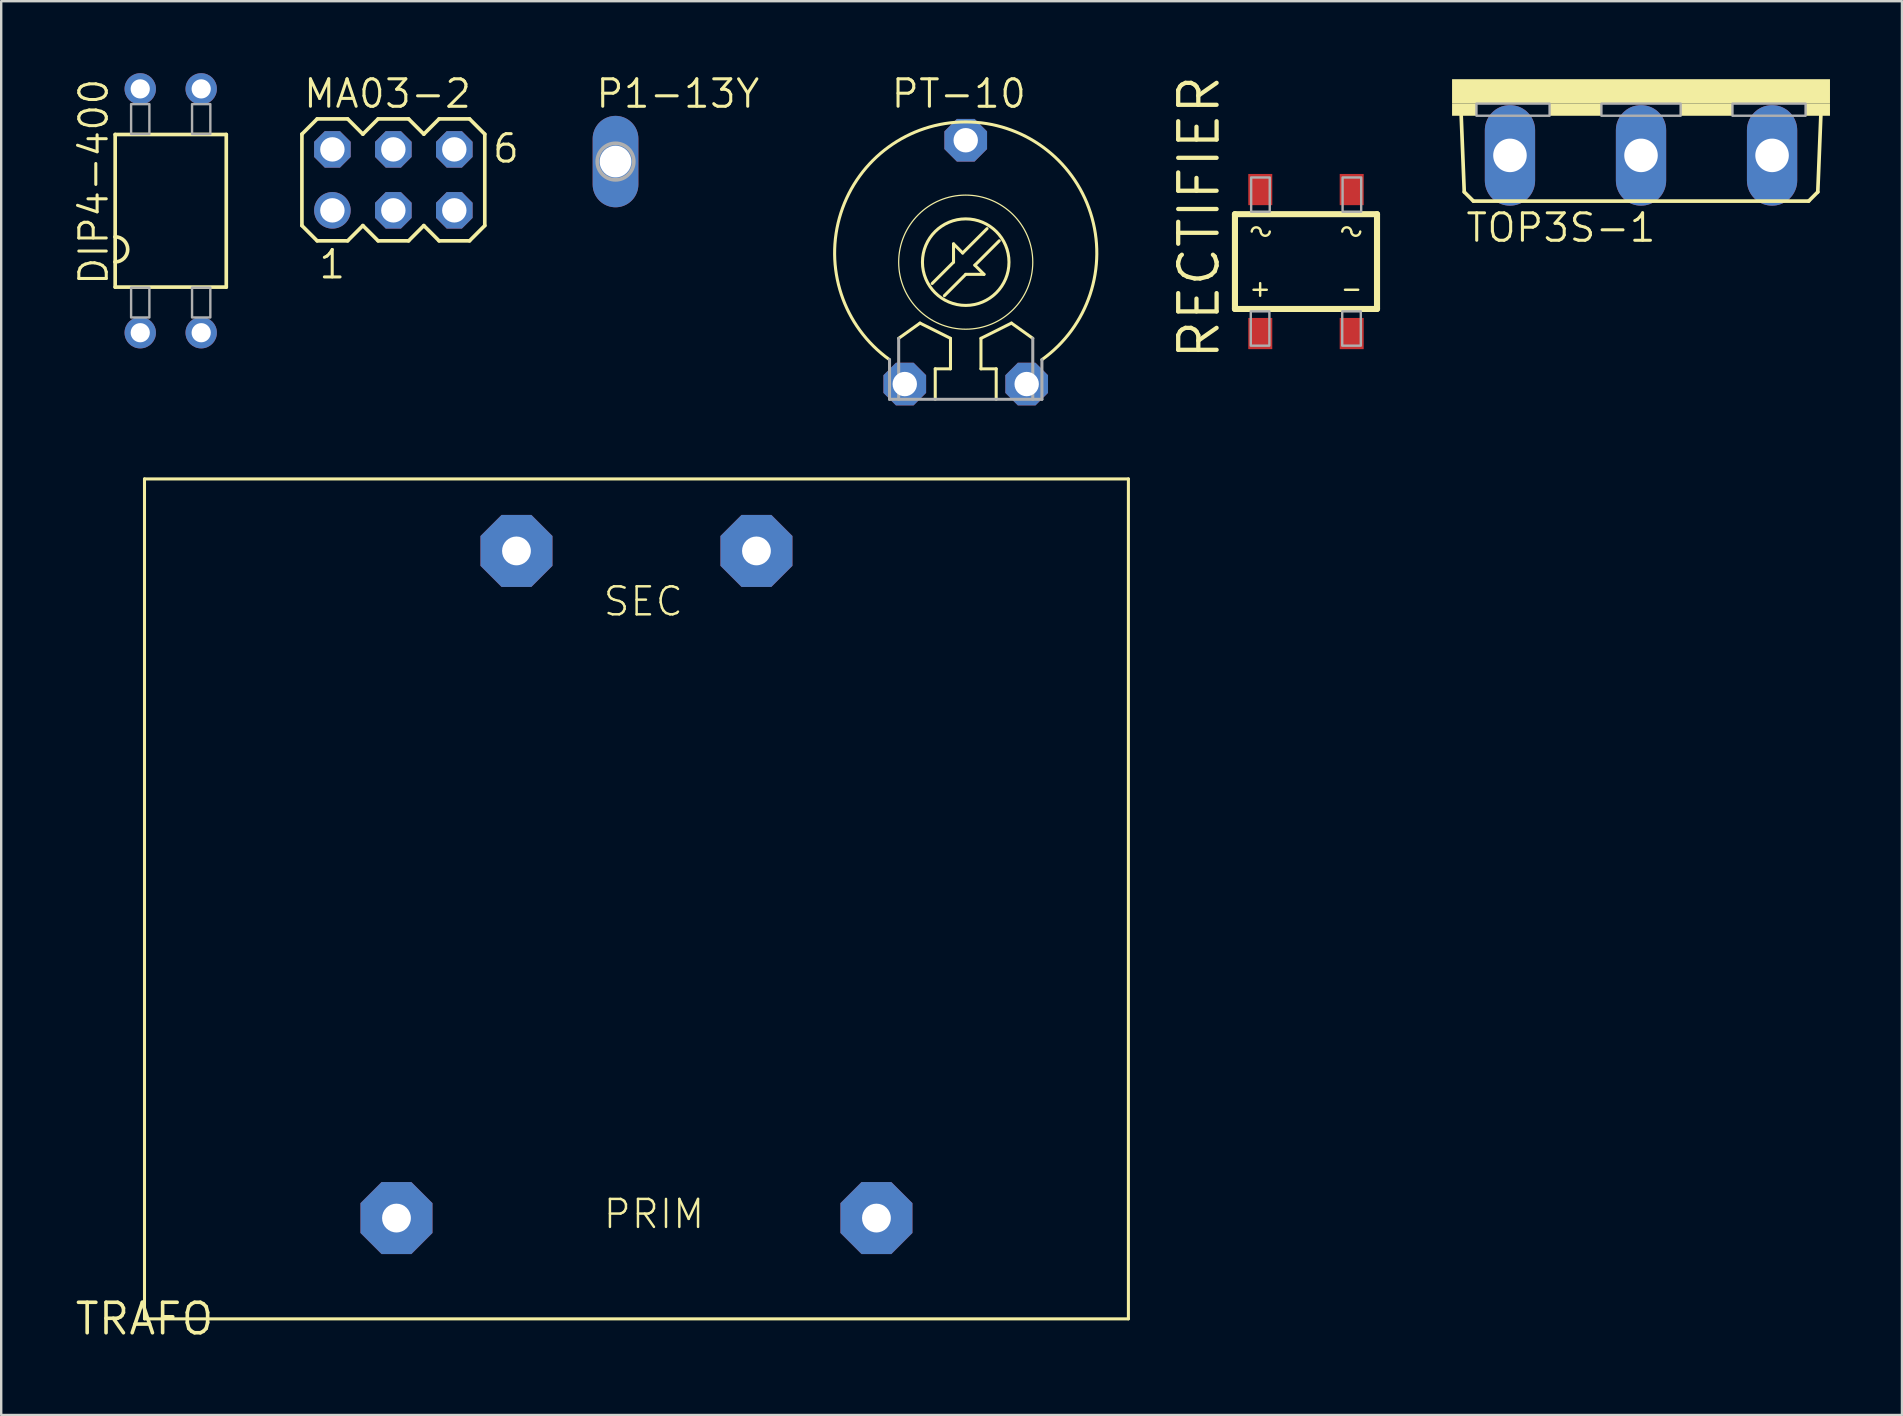
<source format=kicad_pcb>
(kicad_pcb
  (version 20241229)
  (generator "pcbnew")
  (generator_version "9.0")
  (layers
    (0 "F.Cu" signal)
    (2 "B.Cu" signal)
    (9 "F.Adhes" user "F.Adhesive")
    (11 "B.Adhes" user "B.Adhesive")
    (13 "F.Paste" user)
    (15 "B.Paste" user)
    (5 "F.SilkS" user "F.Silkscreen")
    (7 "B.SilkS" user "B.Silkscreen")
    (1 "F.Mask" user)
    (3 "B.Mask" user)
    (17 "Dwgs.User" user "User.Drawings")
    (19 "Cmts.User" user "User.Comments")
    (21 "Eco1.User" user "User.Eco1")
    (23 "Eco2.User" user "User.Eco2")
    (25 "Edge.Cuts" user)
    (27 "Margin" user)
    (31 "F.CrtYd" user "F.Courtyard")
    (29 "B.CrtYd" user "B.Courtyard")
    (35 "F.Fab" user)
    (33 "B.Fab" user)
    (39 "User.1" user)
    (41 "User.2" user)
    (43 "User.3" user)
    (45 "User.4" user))
  (footprint "TOP3S-1"
    (layer "F.Cu")
    (at 65.332 0.25)
    (property "Reference" "TOP3S-1" (at -7.366 6.858 0) (layer "F.SilkS") (effects (font (size 1.143 1.143) (thickness 0.127)) (justify left bottom)))
    (fp_line (start -7.366 4.699) (end -7.493 1.524) (stroke (width 0.152) (type solid)) (layer "F.SilkS"))
    (fp_line (start -6.985 5.08) (end -7.366 4.699) (stroke (width 0.152) (type solid)) (layer "F.SilkS"))
    (fp_line (start -6.985 5.08) (end 6.985 5.08) (stroke (width 0.152) (type solid)) (layer "F.SilkS"))
    (fp_line (start 6.985 5.08) (end 7.366 4.699) (stroke (width 0.152) (type solid)) (layer "F.SilkS"))
    (fp_line (start 7.366 4.699) (end 7.493 1.524) (stroke (width 0.152) (type solid)) (layer "F.SilkS"))
    (fp_poly (pts (xy -7.874 1.016) (xy 7.874 1.016) (xy 7.874 0) (xy -7.874 0)) (stroke (width 0) (type default)) (fill yes) (layer "F.SilkS"))
    (fp_poly (pts (xy -7.874 1.524) (xy -6.858 1.524) (xy -6.858 1.016) (xy -7.874 1.016)) (stroke (width 0) (type default)) (fill yes) (layer "F.SilkS"))
    (fp_poly (pts (xy -3.81 1.524) (xy -1.651 1.524) (xy -1.651 1.016) (xy -3.81 1.016)) (stroke (width 0) (type default)) (fill yes) (layer "F.SilkS"))
    (fp_poly (pts (xy 1.651 1.524) (xy 3.81 1.524) (xy 3.81 1.016) (xy 1.651 1.016)) (stroke (width 0) (type default)) (fill yes) (layer "F.SilkS"))
    (fp_poly (pts (xy 6.858 1.524) (xy 7.874 1.524) (xy 7.874 1.016) (xy 6.858 1.016)) (stroke (width 0) (type default)) (fill yes) (layer "F.SilkS"))
    (fp_poly (pts (xy -6.858 1.524) (xy -3.81 1.524) (xy -3.81 1.016) (xy -6.858 1.016)) (stroke (width 0.1) (type default)) (fill no) (layer "F.Fab"))
    (fp_poly (pts (xy -1.651 1.524) (xy 1.651 1.524) (xy 1.651 1.016) (xy -1.651 1.016)) (stroke (width 0.1) (type default)) (fill no) (layer "F.Fab"))
    (fp_poly (pts (xy 3.81 1.524) (xy 6.858 1.524) (xy 6.858 1.016) (xy 3.81 1.016)) (stroke (width 0.1) (type default)) (fill no) (layer "F.Fab"))
    (pad "A1" thru_hole oval (at -5.461 3.175 90) (size 4.191 2.095) (drill 1.397) (layers "*.Cu" "*.Mask"))
    (pad "A2" thru_hole oval (at 0 3.175 90) (size 4.191 2.095) (drill 1.397) (layers "*.Cu" "*.Mask"))
    (pad "G" thru_hole oval (at 5.461 3.175 90) (size 4.191 2.095) (drill 1.397) (layers "*.Cu" "*.Mask")))
  (footprint "MA03-2"
    (layer "F.Cu")
    (at 13.341 4.445)
    (property "Reference" "MA03-2" (at -3.81 -2.921 0) (layer "F.SilkS") (effects (font (size 1.143 1.143) (thickness 0.127)) (justify left bottom)))
    (fp_line (start -3.81 -1.905) (end -3.81 1.905) (stroke (width 0.152) (type solid)) (layer "F.SilkS"))
    (fp_line (start -3.81 1.905) (end -3.175 2.54) (stroke (width 0.152) (type solid)) (layer "F.SilkS"))
    (fp_line (start -3.175 -2.54) (end -3.81 -1.905) (stroke (width 0.152) (type solid)) (layer "F.SilkS"))
    (fp_line (start -3.175 -2.54) (end -1.905 -2.54) (stroke (width 0.152) (type solid)) (layer "F.SilkS"))
    (fp_line (start -1.905 -2.54) (end -1.27 -1.905) (stroke (width 0.152) (type solid)) (layer "F.SilkS"))
    (fp_line (start -1.905 2.54) (end -3.175 2.54) (stroke (width 0.152) (type solid)) (layer "F.SilkS"))
    (fp_line (start -1.27 -1.905) (end -0.635 -2.54) (stroke (width 0.152) (type solid)) (layer "F.SilkS"))
    (fp_line (start -1.27 1.905) (end -1.905 2.54) (stroke (width 0.152) (type solid)) (layer "F.SilkS"))
    (fp_line (start -0.635 -2.54) (end 0.635 -2.54) (stroke (width 0.152) (type solid)) (layer "F.SilkS"))
    (fp_line (start -0.635 2.54) (end -1.27 1.905) (stroke (width 0.152) (type solid)) (layer "F.SilkS"))
    (fp_line (start 0.635 -2.54) (end 1.27 -1.905) (stroke (width 0.152) (type solid)) (layer "F.SilkS"))
    (fp_line (start 0.635 2.54) (end -0.635 2.54) (stroke (width 0.152) (type solid)) (layer "F.SilkS"))
    (fp_line (start 1.27 -1.905) (end 1.905 -2.54) (stroke (width 0.152) (type solid)) (layer "F.SilkS"))
    (fp_line (start 1.27 1.905) (end 0.635 2.54) (stroke (width 0.152) (type solid)) (layer "F.SilkS"))
    (fp_line (start 1.905 -2.54) (end 3.175 -2.54) (stroke (width 0.152) (type solid)) (layer "F.SilkS"))
    (fp_line (start 1.905 2.54) (end 1.27 1.905) (stroke (width 0.152) (type solid)) (layer "F.SilkS"))
    (fp_line (start 3.175 -2.54) (end 3.81 -1.905) (stroke (width 0.152) (type solid)) (layer "F.SilkS"))
    (fp_line (start 3.175 2.54) (end 1.905 2.54) (stroke (width 0.152) (type solid)) (layer "F.SilkS"))
    (fp_line (start 3.81 -1.905) (end 3.81 1.905) (stroke (width 0.152) (type solid)) (layer "F.SilkS"))
    (fp_line (start 3.81 1.905) (end 3.175 2.54) (stroke (width 0.152) (type solid)) (layer "F.SilkS"))
    (fp_poly (pts (xy -2.794 -1.016) (xy -2.286 -1.016) (xy -2.286 -1.524) (xy -2.794 -1.524)) (stroke (width 0.1) (type default)) (fill no) (layer "F.Fab"))
    (fp_poly (pts (xy -2.794 1.524) (xy -2.286 1.524) (xy -2.286 1.016) (xy -2.794 1.016)) (stroke (width 0.1) (type default)) (fill no) (layer "F.Fab"))
    (fp_poly (pts (xy -0.254 -1.016) (xy 0.254 -1.016) (xy 0.254 -1.524) (xy -0.254 -1.524)) (stroke (width 0.1) (type default)) (fill no) (layer "F.Fab"))
    (fp_poly (pts (xy -0.254 1.524) (xy 0.254 1.524) (xy 0.254 1.016) (xy -0.254 1.016)) (stroke (width 0.1) (type default)) (fill no) (layer "F.Fab"))
    (fp_poly (pts (xy 2.286 -1.016) (xy 2.794 -1.016) (xy 2.794 -1.524) (xy 2.286 -1.524)) (stroke (width 0.1) (type default)) (fill no) (layer "F.Fab"))
    (fp_poly (pts (xy 2.286 1.524) (xy 2.794 1.524) (xy 2.794 1.016) (xy 2.286 1.016)) (stroke (width 0.1) (type default)) (fill no) (layer "F.Fab"))
    (fp_text user "1" (at -3.175 4.191 0) (layer "F.SilkS") (effects (font (size 1.143 1.143) (thickness 0.127)) (justify left bottom)))
    (fp_text user "6" (at 4.064 -0.635 0) (layer "F.SilkS") (effects (font (size 1.143 1.143) (thickness 0.127)) (justify left bottom)))
    (pad "1" thru_hole circle (at -2.54 1.27) (size 1.524 1.524) (drill 1.016) (layers "*.Cu" "*.Mask"))
    (pad "2" thru_hole roundrect (at -2.54 -1.27) (size 1.524 1.524) (drill 1.016) (layers "*.Cu" "*.Mask") (roundrect_rratio 0.25) (chamfer_ratio 0.293) (chamfer top_left top_right bottom_left bottom_right))
    (pad "3" thru_hole roundrect (at 0 1.27) (size 1.524 1.524) (drill 1.016) (layers "*.Cu" "*.Mask") (roundrect_rratio 0.25) (chamfer_ratio 0.293) (chamfer top_left top_right bottom_left bottom_right))
    (pad "4" thru_hole roundrect (at 0 -1.27) (size 1.524 1.524) (drill 1.016) (layers "*.Cu" "*.Mask") (roundrect_rratio 0.25) (chamfer_ratio 0.293) (chamfer top_left top_right bottom_left bottom_right))
    (pad "5" thru_hole roundrect (at 2.54 1.27) (size 1.524 1.524) (drill 1.016) (layers "*.Cu" "*.Mask") (roundrect_rratio 0.25) (chamfer_ratio 0.293) (chamfer top_left top_right bottom_left bottom_right))
    (pad "6" thru_hole roundrect (at 2.54 -1.27) (size 1.524 1.524) (drill 1.016) (layers "*.Cu" "*.Mask") (roundrect_rratio 0.25) (chamfer_ratio 0.293) (chamfer top_left top_right bottom_left bottom_right)))
  (footprint "TRAFO"
    (layer "F.Cu")
    (at 2.971 51.907)
    (property "Reference" "TRAFO" (at 0 0 0) (layer "F.SilkS") (effects (font (size 1.27 1.27) (thickness 0.15))))
    (fp_line (start 0 -35) (end 0 0) (stroke (width 0.127) (type solid)) (layer "F.SilkS"))
    (fp_line (start 0 0) (end 41 0) (stroke (width 0.127) (type solid)) (layer "F.SilkS"))
    (fp_line (start 41 -35) (end 0 -35) (stroke (width 0.127) (type solid)) (layer "F.SilkS"))
    (fp_line (start 41 0) (end 41 -35) (stroke (width 0.127) (type solid)) (layer "F.SilkS"))
    (fp_text user "PRIM" (at 19.05 -3.683 0) (layer "F.SilkS") (effects (font (size 1.168 1.168) (thickness 0.102)) (justify left bottom)))
    (fp_text user "SEC" (at 19.05 -29.21 0) (layer "F.SilkS") (effects (font (size 1.168 1.168) (thickness 0.102)) (justify left bottom)))
    (pad "P$1" thru_hole roundrect (at 10.5 -4.2) (size 3 3) (drill 1.2) (layers "*.Cu" "*.Mask") (roundrect_rratio 0.25) (chamfer_ratio 0.293) (chamfer top_left top_right bottom_left bottom_right))
    (pad "P$2" thru_hole roundrect (at 30.5 -4.2) (size 3 3) (drill 1.2) (layers "*.Cu" "*.Mask") (roundrect_rratio 0.25) (chamfer_ratio 0.293) (chamfer top_left top_right bottom_left bottom_right))
    (pad "P$3" thru_hole roundrect (at 15.5 -32) (size 3 3) (drill 1.2) (layers "*.Cu" "*.Mask") (roundrect_rratio 0.25) (chamfer_ratio 0.293) (chamfer top_left top_right bottom_left bottom_right))
    (pad "P$4" thru_hole roundrect (at 25.5 -32) (size 3 3) (drill 1.2) (layers "*.Cu" "*.Mask") (roundrect_rratio 0.25) (chamfer_ratio 0.293) (chamfer top_left top_right bottom_left bottom_right)))
  (footprint "P1-13Y"
    (layer "F.Cu")
    (at 22.599 3.683)
    (property "Reference" "P1-13Y" (at -0.889 -2.159 0) (layer "F.SilkS") (effects (font (size 1.143 1.143) (thickness 0.127)) (justify left bottom)))
    (fp_circle (center 0 0) (end 0.762 0) (stroke (width 0.152) (type solid)) (fill no) (layer "F.Fab"))
    (fp_poly (pts (xy -0.33 0.33) (xy 0.33 0.33) (xy 0.33 -0.33) (xy -0.33 -0.33)) (stroke (width 0.1) (type default)) (fill no) (layer "F.Fab"))
    (pad "TP" thru_hole oval (at 0 0 90) (size 3.81 1.905) (drill 1.321) (layers "*.Cu" "*.Mask")))
  (footprint "PT-10"
    (layer "F.Cu")
    (at 37.192 7.874)
    (property "Reference" "PT-10" (at -3.175 -6.35 0) (layer "F.SilkS") (effects (font (size 1.143 1.143) (thickness 0.127)) (justify left bottom)))
    (fp_line (start -2.794 3.175) (end -1.905 2.54) (stroke (width 0.127) (type solid)) (layer "F.SilkS"))
    (fp_line (start -1.905 2.54) (end -0.635 3.175) (stroke (width 0.127) (type solid)) (layer "F.SilkS"))
    (fp_line (start -1.27 4.445) (end -1.27 5.715) (stroke (width 0.127) (type solid)) (layer "F.SilkS"))
    (fp_line (start -0.635 3.175) (end -0.635 4.445) (stroke (width 0.127) (type solid)) (layer "F.SilkS"))
    (fp_line (start -0.635 4.445) (end -1.27 4.445) (stroke (width 0.127) (type solid)) (layer "F.SilkS"))
    (fp_line (start -0.508 -0.762) (end -0.508 0) (stroke (width 0.127) (type solid)) (layer "F.SilkS"))
    (fp_line (start -0.508 0) (end -1.397 0.889) (stroke (width 0.127) (type solid)) (layer "F.SilkS"))
    (fp_line (start -0.127 -0.381) (end -0.508 -0.762) (stroke (width 0.127) (type solid)) (layer "F.SilkS"))
    (fp_line (start 0 0.508) (end -0.889 1.397) (stroke (width 0.127) (type solid)) (layer "F.SilkS"))
    (fp_line (start 0.381 0.127) (end 0.762 0.508) (stroke (width 0.127) (type solid)) (layer "F.SilkS"))
    (fp_line (start 0.635 3.175) (end 1.905 2.54) (stroke (width 0.127) (type solid)) (layer "F.SilkS"))
    (fp_line (start 0.635 4.445) (end 0.635 3.175) (stroke (width 0.127) (type solid)) (layer "F.SilkS"))
    (fp_line (start 0.762 0.508) (end 0 0.508) (stroke (width 0.127) (type solid)) (layer "F.SilkS"))
    (fp_line (start 0.889 -1.397) (end -0.127 -0.381) (stroke (width 0.127) (type solid)) (layer "F.SilkS"))
    (fp_line (start 1.27 4.445) (end 0.635 4.445) (stroke (width 0.127) (type solid)) (layer "F.SilkS"))
    (fp_line (start 1.27 5.715) (end 1.27 4.445) (stroke (width 0.127) (type solid)) (layer "F.SilkS"))
    (fp_line (start 1.397 -0.889) (end 0.381 0.127) (stroke (width 0.127) (type solid)) (layer "F.SilkS"))
    (fp_line (start 1.905 2.54) (end 2.794 3.175) (stroke (width 0.127) (type solid)) (layer "F.SilkS"))
    (fp_arc (start -3.175 4.064) (mid 0.000001 -5.843475) (end 3.174999 4.064001) (stroke (width 0.127) (type solid)) (layer "F.SilkS"))
    (fp_circle (center 0 0) (end 1.803 0) (stroke (width 0.127) (type solid)) (fill no) (layer "F.SilkS"))
    (fp_circle (center 0 0) (end 2.794 0) (stroke (width 0.051) (type solid)) (fill no) (layer "F.SilkS"))
    (fp_line (start -3.175 5.715) (end -3.175 4.064) (stroke (width 0.127) (type solid)) (layer "F.Fab"))
    (fp_line (start -3.175 5.715) (end 3.175 5.715) (stroke (width 0.127) (type solid)) (layer "F.Fab"))
    (fp_line (start -2.794 5.715) (end -2.794 3.175) (stroke (width 0.127) (type solid)) (layer "F.Fab"))
    (fp_line (start 2.794 3.175) (end 2.794 5.715) (stroke (width 0.127) (type solid)) (layer "F.Fab"))
    (fp_line (start 3.175 4.064) (end 3.175 5.715) (stroke (width 0.127) (type solid)) (layer "F.Fab"))
    (pad "1" thru_hole roundrect (at -2.54 5.08) (size 1.778 1.778) (drill 1.016) (layers "*.Cu" "*.Mask") (roundrect_rratio 0.25) (chamfer_ratio 0.293) (chamfer top_left top_right bottom_left bottom_right))
    (pad "2" thru_hole roundrect (at 2.54 5.08) (size 1.778 1.778) (drill 1.016) (layers "*.Cu" "*.Mask") (roundrect_rratio 0.25) (chamfer_ratio 0.293) (chamfer top_left top_right bottom_left bottom_right))
    (pad "3" thru_hole roundrect (at 0 -5.08) (size 1.778 1.778) (drill 1.016) (layers "*.Cu" "*.Mask") (roundrect_rratio 0.25) (chamfer_ratio 0.293) (chamfer top_left top_right bottom_left bottom_right)))
  (footprint "DIP4-400"
    (layer "F.Cu")
    (at 4.064 5.734)
    (property "Reference" "DIP4-400" (at -2.54 3.175 90) (layer "F.SilkS") (effects (font (size 1.143 1.143) (thickness 0.127)) (justify left bottom)))
    (fp_line (start -2.315 -3.18) (end 2.315 -3.18) (stroke (width 0.152) (type solid)) (layer "F.SilkS"))
    (fp_line (start -2.315 1.085) (end -2.315 -3.18) (stroke (width 0.152) (type solid)) (layer "F.SilkS"))
    (fp_line (start -2.315 2.13) (end -2.315 1.085) (stroke (width 0.152) (type solid)) (layer "F.SilkS"))
    (fp_line (start -2.315 3.18) (end -2.315 2.13) (stroke (width 0.152) (type solid)) (layer "F.SilkS"))
    (fp_line (start 2.315 -3.18) (end 2.315 3.18) (stroke (width 0.152) (type solid)) (layer "F.SilkS"))
    (fp_line (start 2.315 3.18) (end -2.315 3.18) (stroke (width 0.152) (type solid)) (layer "F.SilkS"))
    (fp_arc (start -2.315 1.085) (mid -1.7925 1.6075) (end -2.315 2.13) (stroke (width 0.1524) (type solid)) (layer "F.SilkS"))
    (fp_poly (pts (xy -1.651 4.445) (xy -0.889 4.445) (xy -0.889 3.2) (xy -1.651 3.2)) (stroke (width 0.1) (type default)) (fill no) (layer "F.Fab"))
    (fp_poly (pts (xy -0.889 -4.445) (xy -1.651 -4.445) (xy -1.651 -3.2) (xy -0.889 -3.2)) (stroke (width 0.1) (type default)) (fill no) (layer "F.Fab"))
    (fp_poly (pts (xy 0.889 4.445) (xy 1.651 4.445) (xy 1.651 3.2) (xy 0.889 3.2)) (stroke (width 0.1) (type default)) (fill no) (layer "F.Fab"))
    (fp_poly (pts (xy 1.651 -4.445) (xy 0.889 -4.445) (xy 0.889 -3.2) (xy 1.651 -3.2)) (stroke (width 0.1) (type default)) (fill no) (layer "F.Fab"))
    (pad "1" thru_hole circle (at -1.27 5.08) (size 1.308 1.308) (drill 0.8) (layers "*.Cu" "*.Mask"))
    (pad "2" thru_hole circle (at 1.27 5.08) (size 1.308 1.308) (drill 0.8) (layers "*.Cu" "*.Mask"))
    (pad "3" thru_hole circle (at 1.27 -5.08) (size 1.308 1.308) (drill 0.8) (layers "*.Cu" "*.Mask"))
    (pad "4" thru_hole circle (at -1.27 -5.08) (size 1.308 1.308) (drill 0.8) (layers "*.Cu" "*.Mask")))
  (footprint "RECTIFIER"
    (layer "F.Cu")
    (at 51.371 7.849)
    (property "Reference" "RECTIFIER" (at -3.52 4.175 90) (layer "F.SilkS") (effects (font (size 1.6 1.6) (thickness 0.178)) (justify left bottom)))
    (fp_line (start -2.96 -1.975) (end 2.96 -1.975) (stroke (width 0.254) (type solid)) (layer "F.SilkS"))
    (fp_line (start -2.96 1.975) (end -2.96 -1.975) (stroke (width 0.254) (type solid)) (layer "F.SilkS"))
    (fp_line (start -2.185 1.175) (end -1.635 1.175) (stroke (width 0.102) (type solid)) (layer "F.SilkS"))
    (fp_line (start -1.91 1.425) (end -1.91 0.9) (stroke (width 0.102) (type solid)) (layer "F.SilkS"))
    (fp_line (start 1.625 1.175) (end 2.175 1.175) (stroke (width 0.102) (type solid)) (layer "F.SilkS"))
    (fp_line (start 2.96 -1.975) (end 2.96 1.975) (stroke (width 0.254) (type solid)) (layer "F.SilkS"))
    (fp_line (start 2.96 1.975) (end -2.96 1.975) (stroke (width 0.254) (type solid)) (layer "F.SilkS"))
    (fp_arc (start -2.26 -1.249998) (mid -2.072501 -1.425415) (end -1.885 -1.25) (stroke (width 0.1016) (type solid)) (layer "F.SilkS"))
    (fp_arc (start -1.51 -1.25) (mid -1.6975 -1.074584) (end -1.885 -1.25) (stroke (width 0.1016) (type solid)) (layer "F.SilkS"))
    (fp_arc (start 1.51 -1.25) (mid 1.697501 -1.425415) (end 1.885 -1.249998) (stroke (width 0.1016) (type solid)) (layer "F.SilkS"))
    (fp_arc (start 2.26 -1.25) (mid 2.0725 -1.074584) (end 1.885 -1.25) (stroke (width 0.1016) (type solid)) (layer "F.SilkS"))
    (fp_poly (pts (xy -2.3 3.505) (xy -1.525 3.505) (xy -1.525 2.075) (xy -2.3 2.075)) (stroke (width 0.1) (type default)) (fill no) (layer "F.Fab"))
    (fp_poly (pts (xy -1.51 -3.505) (xy -2.285 -3.505) (xy -2.285 -2.075) (xy -1.51 -2.075)) (stroke (width 0.1) (type default)) (fill no) (layer "F.Fab"))
    (fp_poly (pts (xy 1.51 3.505) (xy 2.285 3.505) (xy 2.285 2.075) (xy 1.51 2.075)) (stroke (width 0.1) (type default)) (fill no) (layer "F.Fab"))
    (fp_poly (pts (xy 2.3 -3.505) (xy 1.525 -3.505) (xy 1.525 -2.075) (xy 2.3 -2.075)) (stroke (width 0.1) (type default)) (fill no) (layer "F.Fab"))
    (pad "+" smd rect (at -1.905 3) (size 1 1.3) (layers "F.Cu" "F.Mask" "F.Paste"))
    (pad "-" smd rect (at 1.905 3) (size 1 1.3) (layers "F.Cu" "F.Mask" "F.Paste"))
    (pad "AC1" smd rect (at -1.905 -3 180) (size 1 1.3) (layers "F.Cu" "F.Mask" "F.Paste"))
    (pad "AC2" smd rect (at 1.905 -3 180) (size 1 1.3) (layers "F.Cu" "F.Mask" "F.Paste")))
  (gr_rect
    (start -3 -3)
    (end 76.206 55.913)
    (stroke (width 0.1) (type default))
    (fill no)
    (layer "Edge.Cuts")))
</source>
